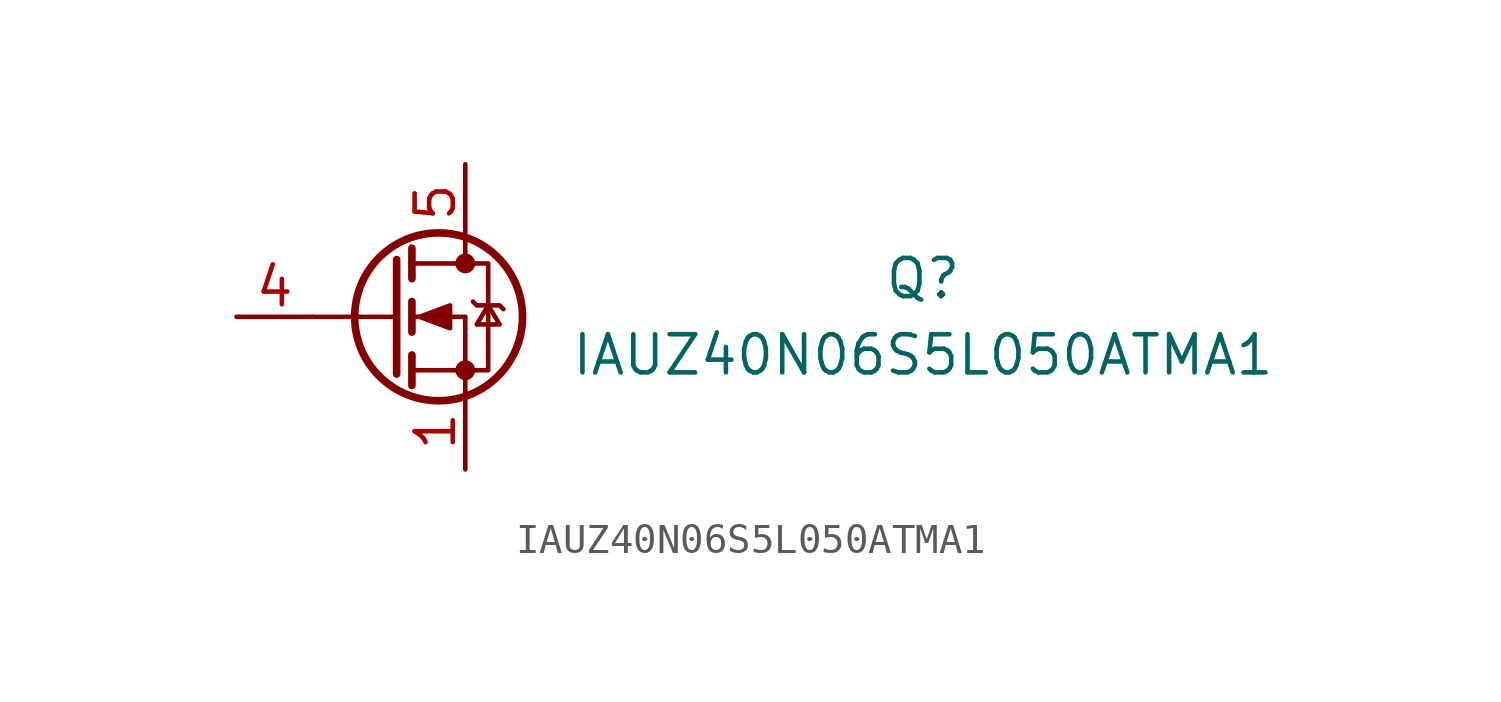
<source format=kicad_sym>
(kicad_symbol_lib
  (version 20241209)
  (generator "kicad_symbol_editor")
  (generator_version "9.0")
  (symbol "IAUZ40N06S5L050ATMA1"
    (pin_names
      (hide yes))
    (property "Reference" "Q"
      (at 15.24 1.27 0)
      (effects (font (size 1.27 1.27))))
    (property "Value" "IAUZ40N06S5L050ATMA1"
      (at 15.24 -1.27 0)
      (effects (font (size 1.27 1.27))))
    (symbol "IAUZ40N06S5L050ATMA1_0_1"
      (polyline (pts (xy -2.286 1.905) (xy -2.286 -1.905)) (stroke (width 0.254) (type default)) (fill (type none)))
      (polyline (pts (xy -2.286 0) (xy -5.08 0)) (stroke (width 0) (type default)) (fill (type none)))
      (polyline (pts (xy -1.778 2.286) (xy -1.778 1.27)) (stroke (width 0.254) (type default)) (fill (type none)))
      (polyline (pts (xy -1.778 0.508) (xy -1.778 -0.508)) (stroke (width 0.254) (type default)) (fill (type none)))
      (polyline (pts (xy -1.778 -1.27) (xy -1.778 -2.286)) (stroke (width 0.254) (type default)) (fill (type none)))
      (polyline (pts (xy -1.778 -1.778) (xy 0.762 -1.778) (xy 0.762 1.778) (xy -1.778 1.778)) (stroke (width 0) (type default)) (fill (type none)))
      (polyline (pts (xy -1.524 0) (xy -0.508 0.381) (xy -0.508 -0.381) (xy -1.524 0)) (stroke (width 0) (type default)) (fill (type outline)))
      (circle (center -0.889 0) (radius 2.794) (stroke (width 0.254) (type default)) (fill (type none)))
      (polyline (pts (xy 0 2.54) (xy 0 1.778)) (stroke (width 0) (type default)) (fill (type none)))
      (circle (center 0 1.778) (radius 0.254) (stroke (width 0) (type default)) (fill (type outline)))
      (circle (center 0 -1.778) (radius 0.254) (stroke (width 0) (type default)) (fill (type outline)))
      (polyline (pts (xy 0 -2.54) (xy 0 0) (xy -1.778 0)) (stroke (width 0) (type default)) (fill (type none)))
      (polyline (pts (xy 0.254 0.508) (xy 0.381 0.381) (xy 1.143 0.381) (xy 1.27 0.254)) (stroke (width 0) (type default)) (fill (type none)))
      (polyline (pts (xy 0.762 0.381) (xy 0.381 -0.254) (xy 1.143 -0.254) (xy 0.762 0.381)) (stroke (width 0) (type default)) (fill (type none))))
    (symbol "IAUZ40N06S5L050ATMA1_1_1"
      (pin input line (at -7.62 0 0) (length 2.54) (name "G" (effects (font (size 1.27 1.27)))) (number "4" (effects (font (size 1.27 1.27)))))
      (pin passive line (at 0 5.08 270) (length 2.54) (name "D" (effects (font (size 1.27 1.27)))) (number "5" (effects (font (size 1.27 1.27)))))
      (pin passive line (at 0 -5.08 90) (length 2.54) (name "S" (effects (font (size 1.27 1.27)))) (number "1" (effects (font (size 1.27 1.27))))))))
</source>
